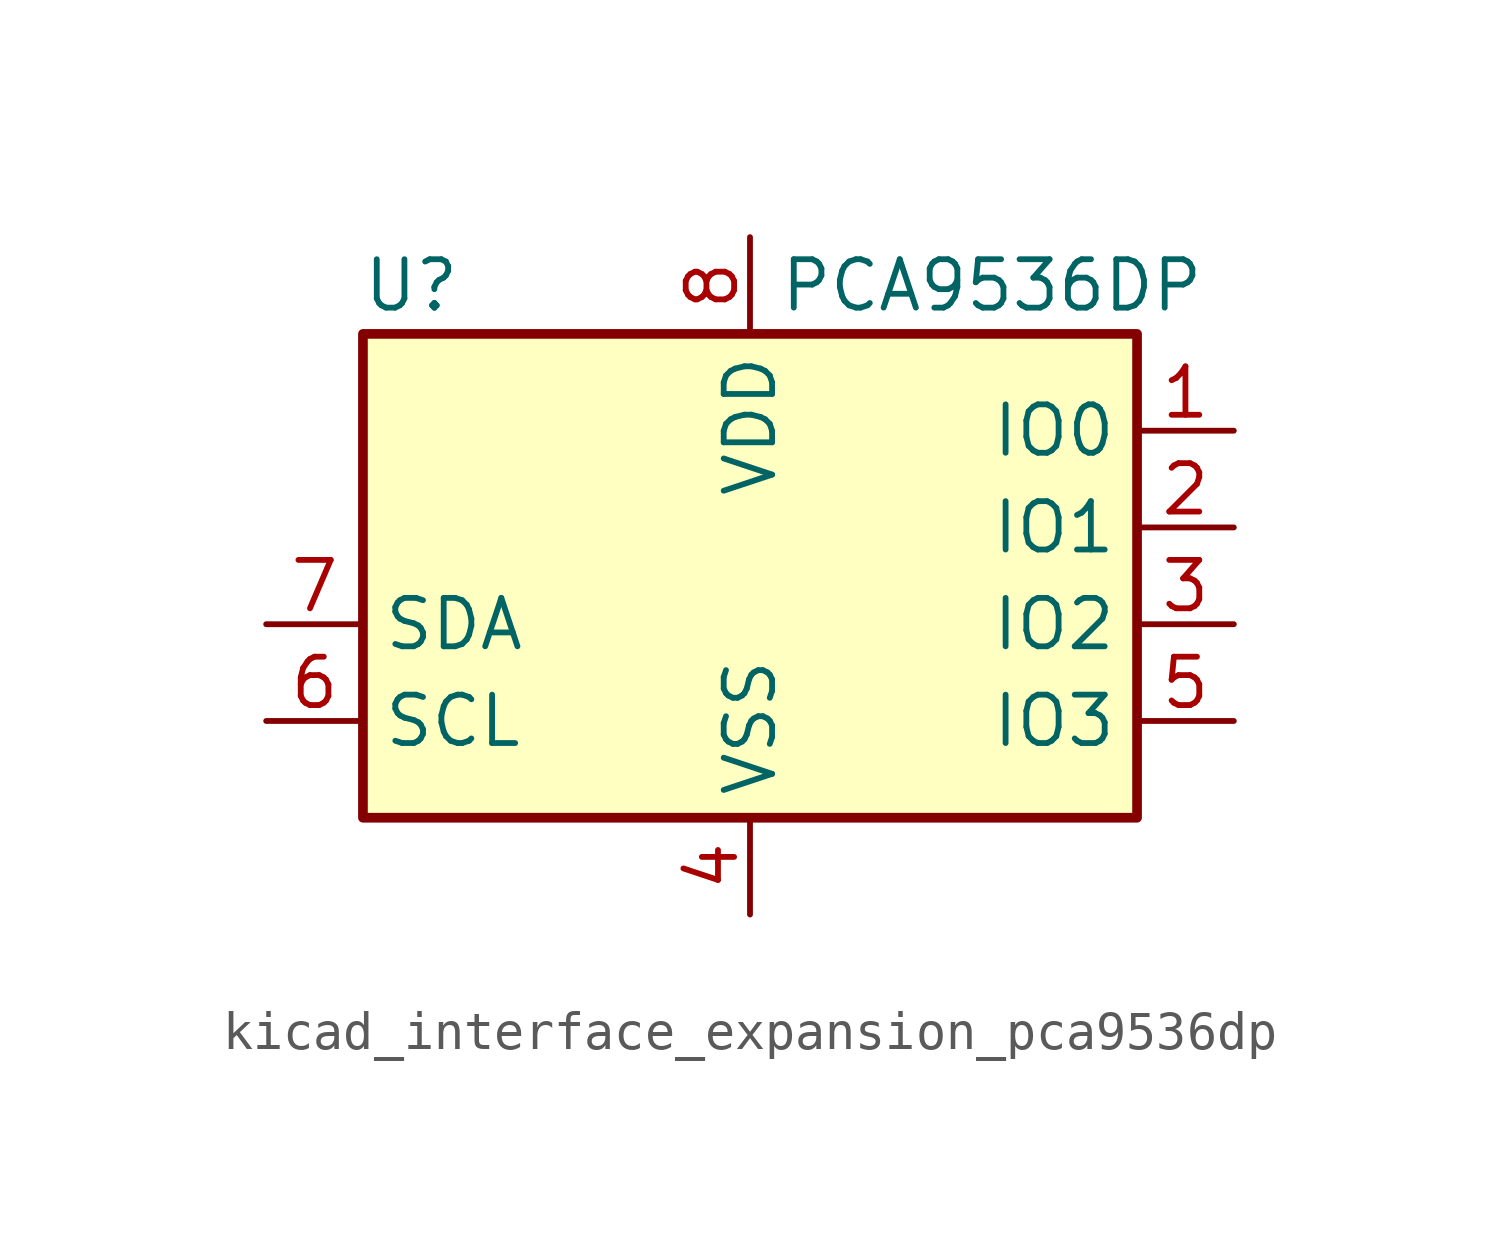
<source format=kicad_sym>
(kicad_symbol_lib
  (version 20220914)
  (generator kicad_symbol_editor)
  (symbol "kicad_interface_expansion_pca9536dp"
    (property "Reference" "U"
      (at -8.89 6.35 0)
      (effects (font (size 1.27 1.27))))
    (property "Value" "PCA9536DP"
      (at 6.35 6.35 0)
      (effects (font (size 1.27 1.27))))
    (symbol "kicad_interface_expansion_pca9536dp_0_1"
      (rectangle (start -10.16 5.08) (end 10.16 -7.62) (stroke (width 0.254) (type default)) (fill (type background))))
    (symbol "kicad_interface_expansion_pca9536dp_1_1"
      (pin bidirectional line (at 12.7 2.54 180) (length 2.54) (name "IO0" (effects (font (size 1.27 1.27)))) (number "1" (effects (font (size 1.27 1.27)))))
      (pin bidirectional line (at 12.7 0 180) (length 2.54) (name "IO1" (effects (font (size 1.27 1.27)))) (number "2" (effects (font (size 1.27 1.27)))))
      (pin bidirectional line (at 12.7 -2.54 180) (length 2.54) (name "IO2" (effects (font (size 1.27 1.27)))) (number "3" (effects (font (size 1.27 1.27)))))
      (pin power_in line (at 0 -10.16 90) (length 2.54) (name "VSS" (effects (font (size 1.27 1.27)))) (number "4" (effects (font (size 1.27 1.27)))))
      (pin bidirectional line (at 12.7 -5.08 180) (length 2.54) (name "IO3" (effects (font (size 1.27 1.27)))) (number "5" (effects (font (size 1.27 1.27)))))
      (pin input line (at -12.7 -5.08 0) (length 2.54) (name "SCL" (effects (font (size 1.27 1.27)))) (number "6" (effects (font (size 1.27 1.27)))))
      (pin bidirectional line (at -12.7 -2.54 0) (length 2.54) (name "SDA" (effects (font (size 1.27 1.27)))) (number "7" (effects (font (size 1.27 1.27)))))
      (pin power_in line (at 0 7.62 270) (length 2.54) (name "VDD" (effects (font (size 1.27 1.27)))) (number "8" (effects (font (size 1.27 1.27))))))))
</source>
